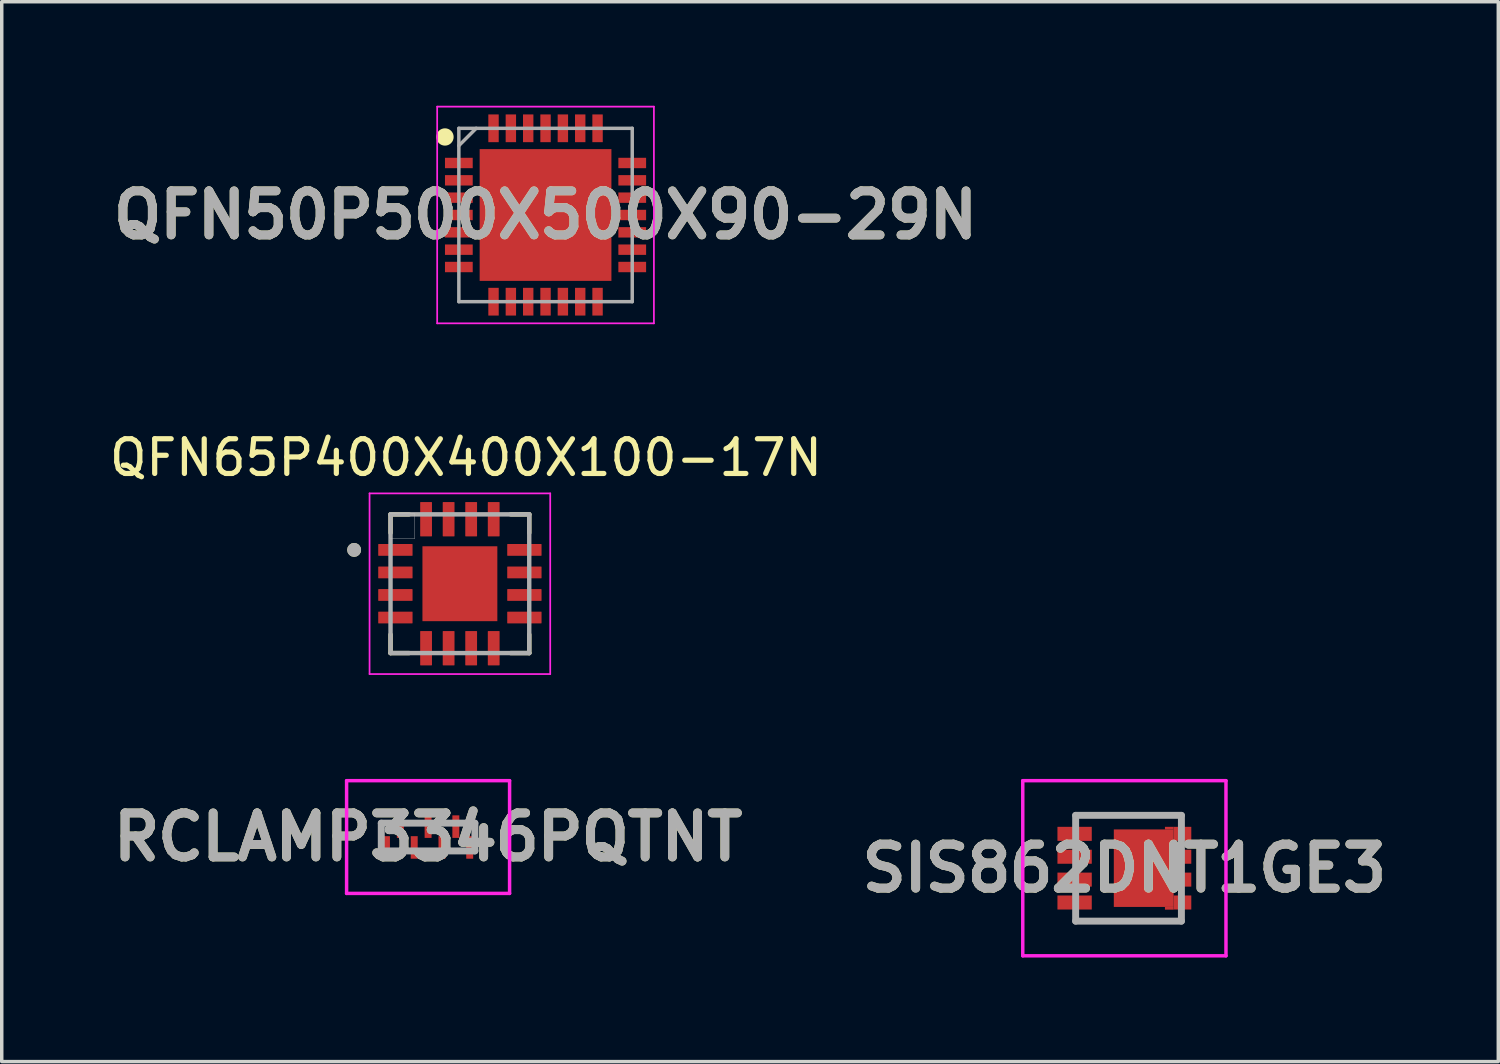
<source format=kicad_pcb>
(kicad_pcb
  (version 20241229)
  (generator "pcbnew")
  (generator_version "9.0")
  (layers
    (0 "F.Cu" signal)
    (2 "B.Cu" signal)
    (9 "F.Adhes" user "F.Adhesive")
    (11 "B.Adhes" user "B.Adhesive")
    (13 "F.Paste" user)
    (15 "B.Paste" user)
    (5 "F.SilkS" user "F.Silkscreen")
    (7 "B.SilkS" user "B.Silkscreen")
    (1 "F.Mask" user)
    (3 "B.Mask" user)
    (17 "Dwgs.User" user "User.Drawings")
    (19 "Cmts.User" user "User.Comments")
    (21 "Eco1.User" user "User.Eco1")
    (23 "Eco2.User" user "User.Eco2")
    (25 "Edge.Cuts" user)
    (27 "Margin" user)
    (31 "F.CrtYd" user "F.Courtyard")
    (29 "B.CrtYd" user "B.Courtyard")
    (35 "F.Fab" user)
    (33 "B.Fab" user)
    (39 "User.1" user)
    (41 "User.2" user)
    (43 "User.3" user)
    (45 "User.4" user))
  (footprint "RCLAMP3346PQTNT"
    (layer "F.Cu")
    (at 9.295 21.088)
    (property "Reference" "RCLAMP3346PQTNT" (at 0 0 0) (layer "F.SilkS") (effects (font (size 1.27 1.27) (thickness 0.254))))
    (attr smd)
    (fp_line (start -1.35 -0.4) (end -1.2 -0.4) (stroke (width 0.1) (type solid)) (layer "F.SilkS"))
    (fp_line (start -1.35 -0.3) (end -1.35 -0.4) (stroke (width 0.1) (type solid)) (layer "F.SilkS"))
    (fp_line (start 1.35 -0.4) (end 1.2 -0.4) (stroke (width 0.1) (type solid)) (layer "F.SilkS"))
    (fp_line (start 1.35 -0.3) (end 1.35 -0.4) (stroke (width 0.1) (type solid)) (layer "F.SilkS"))
    (fp_line (start -2.35 -1.625) (end 2.35 -1.625) (stroke (width 0.1) (type solid)) (layer "F.CrtYd"))
    (fp_line (start -2.35 1.625) (end -2.35 -1.625) (stroke (width 0.1) (type solid)) (layer "F.CrtYd"))
    (fp_line (start 2.35 -1.625) (end 2.35 1.625) (stroke (width 0.1) (type solid)) (layer "F.CrtYd"))
    (fp_line (start 2.35 1.625) (end -2.35 1.625) (stroke (width 0.1) (type solid)) (layer "F.CrtYd"))
    (fp_line (start -1.35 -0.4) (end 1.35 -0.4) (stroke (width 0.2) (type solid)) (layer "F.Fab"))
    (fp_line (start -1.35 0.4) (end -1.35 -0.4) (stroke (width 0.2) (type solid)) (layer "F.Fab"))
    (fp_line (start 1.35 -0.4) (end 1.35 0.4) (stroke (width 0.2) (type solid)) (layer "F.Fab"))
    (fp_line (start 1.35 0.4) (end -1.35 0.4) (stroke (width 0.2) (type solid)) (layer "F.Fab"))
    (fp_text user "${REFERENCE}" (at 0 0 0) (layer "F.Fab") (effects (font (size 1.27 1.27) (thickness 0.254))))
    (pad "1" smd rect (at -1.2 0.3) (size 0.2 0.65) (layers "F.Cu" "F.Mask" "F.Paste"))
    (pad "2" smd rect (at -0.4 0.3) (size 0.2 0.65) (layers "F.Cu" "F.Mask" "F.Paste"))
    (pad "3" smd rect (at 0.4 0.3) (size 0.2 0.65) (layers "F.Cu" "F.Mask" "F.Paste"))
    (pad "4" smd rect (at 1.2 0.3) (size 0.2 0.65) (layers "F.Cu" "F.Mask" "F.Paste"))
    (pad "5" smd rect (at -0.8 -0.3) (size 0.2 0.65) (layers "F.Cu" "F.Mask" "F.Paste"))
    (pad "6" smd rect (at 0 -0.3) (size 0.2 0.65) (layers "F.Cu" "F.Mask" "F.Paste"))
    (pad "7" smd rect (at 0.8 -0.3) (size 0.2 0.65) (layers "F.Cu" "F.Mask" "F.Paste")))
  (footprint "QFN65P400X400X100-17N"
    (layer "F.Cu")
    (at 10.212 13.783)
    (property "Reference" "QFN65P400X400X100-17N" (at 0.175 -3.635 0) (layer "F.SilkS") (effects (font (size 1 1) (thickness 0.15))))
    (attr through_hole)
    (fp_line (start -2 -2) (end -2 -1.465) (stroke (width 0.127) (type solid)) (layer "F.SilkS"))
    (fp_line (start -2 -2) (end -1.465 -2) (stroke (width 0.127) (type solid)) (layer "F.SilkS"))
    (fp_line (start -2 2) (end -2 1.465) (stroke (width 0.127) (type solid)) (layer "F.SilkS"))
    (fp_line (start -2 2) (end -1.465 2) (stroke (width 0.127) (type solid)) (layer "F.SilkS"))
    (fp_line (start 2 -2) (end 1.465 -2) (stroke (width 0.127) (type solid)) (layer "F.SilkS"))
    (fp_line (start 2 -2) (end 2 -1.465) (stroke (width 0.127) (type solid)) (layer "F.SilkS"))
    (fp_line (start 2 2) (end 1.465 2) (stroke (width 0.127) (type solid)) (layer "F.SilkS"))
    (fp_line (start 2 2) (end 2 1.465) (stroke (width 0.127) (type solid)) (layer "F.SilkS"))
    (fp_circle (center -3.05 -0.975) (end -2.95 -0.975) (stroke (width 0.2) (type solid)) (fill no) (layer "F.SilkS"))
    (fp_poly (pts (xy -0.68 -0.68) (xy 0.68 -0.68) (xy 0.68 0.68) (xy -0.68 0.68)) (stroke (width 0.01) (type solid)) (fill yes) (layer "F.Paste"))
    (fp_poly (pts (xy -2.02 -2.02) (xy -1.3 -2.02) (xy -1.3 -1.3) (xy -2.02 -1.3)) (stroke (width 0.01) (type solid)) (fill no) (layer "Dwgs.User"))
    (fp_line (start -2.605 -2.605) (end 2.605 -2.605) (stroke (width 0.05) (type solid)) (layer "F.CrtYd"))
    (fp_line (start -2.605 2.605) (end -2.605 -2.605) (stroke (width 0.05) (type solid)) (layer "F.CrtYd"))
    (fp_line (start -2.605 2.605) (end 2.605 2.605) (stroke (width 0.05) (type solid)) (layer "F.CrtYd"))
    (fp_line (start 2.605 2.605) (end 2.605 -2.605) (stroke (width 0.05) (type solid)) (layer "F.CrtYd"))
    (fp_line (start -2 2) (end -2 -2) (stroke (width 0.127) (type solid)) (layer "F.Fab"))
    (fp_line (start 2 -2) (end -2 -2) (stroke (width 0.127) (type solid)) (layer "F.Fab"))
    (fp_line (start 2 2) (end -2 2) (stroke (width 0.127) (type solid)) (layer "F.Fab"))
    (fp_line (start 2 2) (end 2 -2) (stroke (width 0.127) (type solid)) (layer "F.Fab"))
    (fp_circle (center -3.05 -0.975) (end -2.95 -0.975) (stroke (width 0.2) (type solid)) (fill no) (layer "F.Fab"))
    (pad "1" smd roundrect (at -1.86 -0.975) (size 0.99 0.34) (layers "F.Cu" "F.Mask" "F.Paste") (roundrect_rratio 0.04))
    (pad "2" smd roundrect (at -1.86 -0.325) (size 0.99 0.34) (layers "F.Cu" "F.Mask" "F.Paste") (roundrect_rratio 0.04))
    (pad "3" smd roundrect (at -1.86 0.325) (size 0.99 0.34) (layers "F.Cu" "F.Mask" "F.Paste") (roundrect_rratio 0.04))
    (pad "4" smd roundrect (at -1.86 0.975) (size 0.99 0.34) (layers "F.Cu" "F.Mask" "F.Paste") (roundrect_rratio 0.04))
    (pad "5" smd roundrect (at -0.975 1.86 90) (size 0.99 0.34) (layers "F.Cu" "F.Mask" "F.Paste") (roundrect_rratio 0.04))
    (pad "6" smd roundrect (at -0.325 1.86 90) (size 0.99 0.34) (layers "F.Cu" "F.Mask" "F.Paste") (roundrect_rratio 0.04))
    (pad "7" smd roundrect (at 0.325 1.86 90) (size 0.99 0.34) (layers "F.Cu" "F.Mask" "F.Paste") (roundrect_rratio 0.04))
    (pad "8" smd roundrect (at 0.975 1.86 90) (size 0.99 0.34) (layers "F.Cu" "F.Mask" "F.Paste") (roundrect_rratio 0.04))
    (pad "9" smd roundrect (at 1.86 0.975) (size 0.99 0.34) (layers "F.Cu" "F.Mask" "F.Paste") (roundrect_rratio 0.04))
    (pad "10" smd roundrect (at 1.86 0.325) (size 0.99 0.34) (layers "F.Cu" "F.Mask" "F.Paste") (roundrect_rratio 0.04))
    (pad "11" smd roundrect (at 1.86 -0.325) (size 0.99 0.34) (layers "F.Cu" "F.Mask" "F.Paste") (roundrect_rratio 0.04))
    (pad "12" smd roundrect (at 1.86 -0.975) (size 0.99 0.34) (layers "F.Cu" "F.Mask" "F.Paste") (roundrect_rratio 0.04))
    (pad "13" smd roundrect (at 0.975 -1.86 90) (size 0.99 0.34) (layers "F.Cu" "F.Mask" "F.Paste") (roundrect_rratio 0.04))
    (pad "14" smd roundrect (at 0.325 -1.86 90) (size 0.99 0.34) (layers "F.Cu" "F.Mask" "F.Paste") (roundrect_rratio 0.04))
    (pad "15" smd roundrect (at -0.325 -1.86 90) (size 0.99 0.34) (layers "F.Cu" "F.Mask" "F.Paste") (roundrect_rratio 0.04))
    (pad "16" smd roundrect (at -0.975 -1.86 90) (size 0.99 0.34) (layers "F.Cu" "F.Mask" "F.Paste") (roundrect_rratio 0.04))
    (pad "17" smd rect (at 0 0) (size 2.16 2.16) (layers "F.Cu" "F.Mask")))
  (footprint "QFN50P500X500X90-29N"
    (layer "F.Cu")
    (at 12.682 3.15)
    (property "Reference" "QFN50P500X500X90-29N" (at 0 0 0) (layer "F.SilkS") (effects (font (size 1.27 1.27) (thickness 0.254))))
    (attr smd)
    (fp_circle (center -2.9 -2.25) (end -2.9 -2.125) (stroke (width 0.25) (type solid)) (fill no) (layer "F.SilkS"))
    (fp_line (start -3.125 -3.125) (end 3.125 -3.125) (stroke (width 0.05) (type solid)) (layer "F.CrtYd"))
    (fp_line (start -3.125 3.125) (end -3.125 -3.125) (stroke (width 0.05) (type solid)) (layer "F.CrtYd"))
    (fp_line (start 3.125 -3.125) (end 3.125 3.125) (stroke (width 0.05) (type solid)) (layer "F.CrtYd"))
    (fp_line (start 3.125 3.125) (end -3.125 3.125) (stroke (width 0.05) (type solid)) (layer "F.CrtYd"))
    (fp_line (start -2.5 -2.5) (end 2.5 -2.5) (stroke (width 0.1) (type solid)) (layer "F.Fab"))
    (fp_line (start -2.5 -2) (end -2 -2.5) (stroke (width 0.1) (type solid)) (layer "F.Fab"))
    (fp_line (start -2.5 2.5) (end -2.5 -2.5) (stroke (width 0.1) (type solid)) (layer "F.Fab"))
    (fp_line (start 2.5 -2.5) (end 2.5 2.5) (stroke (width 0.1) (type solid)) (layer "F.Fab"))
    (fp_line (start 2.5 2.5) (end -2.5 2.5) (stroke (width 0.1) (type solid)) (layer "F.Fab"))
    (fp_text user "${REFERENCE}" (at 0 0 0) (layer "F.Fab") (effects (font (size 1.27 1.27) (thickness 0.254))))
    (pad "1" smd rect (at -2.5 -1.5 90) (size 0.3 0.8) (layers "F.Cu" "F.Mask" "F.Paste"))
    (pad "2" smd rect (at -2.5 -1 90) (size 0.3 0.8) (layers "F.Cu" "F.Mask" "F.Paste"))
    (pad "3" smd rect (at -2.5 -0.5 90) (size 0.3 0.8) (layers "F.Cu" "F.Mask" "F.Paste"))
    (pad "4" smd rect (at -2.5 0 90) (size 0.3 0.8) (layers "F.Cu" "F.Mask" "F.Paste"))
    (pad "5" smd rect (at -2.5 0.5 90) (size 0.3 0.8) (layers "F.Cu" "F.Mask" "F.Paste"))
    (pad "6" smd rect (at -2.5 1 90) (size 0.3 0.8) (layers "F.Cu" "F.Mask" "F.Paste"))
    (pad "7" smd rect (at -2.5 1.5 90) (size 0.3 0.8) (layers "F.Cu" "F.Mask" "F.Paste"))
    (pad "8" smd rect (at -1.5 2.5) (size 0.3 0.8) (layers "F.Cu" "F.Mask" "F.Paste"))
    (pad "9" smd rect (at -1 2.5) (size 0.3 0.8) (layers "F.Cu" "F.Mask" "F.Paste"))
    (pad "10" smd rect (at -0.5 2.5) (size 0.3 0.8) (layers "F.Cu" "F.Mask" "F.Paste"))
    (pad "11" smd rect (at 0 2.5) (size 0.3 0.8) (layers "F.Cu" "F.Mask" "F.Paste"))
    (pad "12" smd rect (at 0.5 2.5) (size 0.3 0.8) (layers "F.Cu" "F.Mask" "F.Paste"))
    (pad "13" smd rect (at 1 2.5) (size 0.3 0.8) (layers "F.Cu" "F.Mask" "F.Paste"))
    (pad "14" smd rect (at 1.5 2.5) (size 0.3 0.8) (layers "F.Cu" "F.Mask" "F.Paste"))
    (pad "15" smd rect (at 2.5 1.5 90) (size 0.3 0.8) (layers "F.Cu" "F.Mask" "F.Paste"))
    (pad "16" smd rect (at 2.5 1 90) (size 0.3 0.8) (layers "F.Cu" "F.Mask" "F.Paste"))
    (pad "17" smd rect (at 2.5 0.5 90) (size 0.3 0.8) (layers "F.Cu" "F.Mask" "F.Paste"))
    (pad "18" smd rect (at 2.5 0 90) (size 0.3 0.8) (layers "F.Cu" "F.Mask" "F.Paste"))
    (pad "19" smd rect (at 2.5 -0.5 90) (size 0.3 0.8) (layers "F.Cu" "F.Mask" "F.Paste"))
    (pad "20" smd rect (at 2.5 -1 90) (size 0.3 0.8) (layers "F.Cu" "F.Mask" "F.Paste"))
    (pad "21" smd rect (at 2.5 -1.5 90) (size 0.3 0.8) (layers "F.Cu" "F.Mask" "F.Paste"))
    (pad "22" smd rect (at 1.5 -2.5) (size 0.3 0.8) (layers "F.Cu" "F.Mask" "F.Paste"))
    (pad "23" smd rect (at 1 -2.5) (size 0.3 0.8) (layers "F.Cu" "F.Mask" "F.Paste"))
    (pad "24" smd rect (at 0.5 -2.5) (size 0.3 0.8) (layers "F.Cu" "F.Mask" "F.Paste"))
    (pad "25" smd rect (at 0 -2.5) (size 0.3 0.8) (layers "F.Cu" "F.Mask" "F.Paste"))
    (pad "26" smd rect (at -0.5 -2.5) (size 0.3 0.8) (layers "F.Cu" "F.Mask" "F.Paste"))
    (pad "27" smd rect (at -1 -2.5) (size 0.3 0.8) (layers "F.Cu" "F.Mask" "F.Paste"))
    (pad "28" smd rect (at -1.5 -2.5) (size 0.3 0.8) (layers "F.Cu" "F.Mask" "F.Paste"))
    (pad "29" smd rect (at 0 0) (size 3.8 3.8) (layers "F.Cu" "F.Mask" "F.Paste")))
  (footprint "SIS862DNT1GE3"
    (layer "F.Cu")
    (at 29.494 21.988)
    (property "Reference" "SIS862DNT1GE3" (at -0.12 0 0) (layer "F.SilkS") (effects (font (size 1.27 1.27) (thickness 0.254))))
    (attr smd)
    (fp_line (start -1.525 -1.525) (end 1.555 -1.525) (stroke (width 0.1) (type solid)) (layer "F.SilkS"))
    (fp_line (start -1.5 1.525) (end 1.525 1.525) (stroke (width 0.1) (type solid)) (layer "F.SilkS"))
    (fp_line (start -3.05 -2.525) (end 2.81 -2.525) (stroke (width 0.1) (type solid)) (layer "F.CrtYd"))
    (fp_line (start -3.05 2.525) (end -3.05 -2.525) (stroke (width 0.1) (type solid)) (layer "F.CrtYd"))
    (fp_line (start 2.81 -2.525) (end 2.81 2.525) (stroke (width 0.1) (type solid)) (layer "F.CrtYd"))
    (fp_line (start 2.81 2.525) (end -3.05 2.525) (stroke (width 0.1) (type solid)) (layer "F.CrtYd"))
    (fp_line (start -1.525 -1.525) (end 1.525 -1.525) (stroke (width 0.2) (type solid)) (layer "F.Fab"))
    (fp_line (start -1.525 1.525) (end -1.525 -1.525) (stroke (width 0.2) (type solid)) (layer "F.Fab"))
    (fp_line (start 1.525 -1.525) (end 1.525 1.525) (stroke (width 0.2) (type solid)) (layer "F.Fab"))
    (fp_line (start 1.525 1.525) (end -1.525 1.525) (stroke (width 0.2) (type solid)) (layer "F.Fab"))
    (fp_text user "${REFERENCE}" (at -0.12 0 0) (layer "F.Fab") (effects (font (size 1.27 1.27) (thickness 0.254))))
    (pad "1" smd rect (at -1.555 -0.992 90) (size 0.405 0.99) (layers "F.Cu" "F.Mask" "F.Paste"))
    (pad "2" smd rect (at -1.555 -0.332 90) (size 0.405 0.99) (layers "F.Cu" "F.Mask" "F.Paste"))
    (pad "3" smd rect (at -1.555 0.328 90) (size 0.405 0.99) (layers "F.Cu" "F.Mask" "F.Paste"))
    (pad "4" smd rect (at -1.555 0.988 90) (size 0.405 0.99) (layers "F.Cu" "F.Mask" "F.Paste"))
    (pad "5" smd rect (at 1.555 0.988 90) (size 0.405 0.51) (layers "F.Cu" "F.Mask" "F.Paste"))
    (pad "6" smd rect (at 1.555 0.328 90) (size 0.405 0.51) (layers "F.Cu" "F.Mask" "F.Paste"))
    (pad "7" smd rect (at 1.555 -0.332 90) (size 0.405 0.51) (layers "F.Cu" "F.Mask" "F.Paste"))
    (pad "8" smd rect (at 1.555 -0.992 90) (size 0.405 0.51) (layers "F.Cu" "F.Mask" "F.Paste"))
    (pad "9" smd rect (at 0.438 -0.002) (size 1.725 2.235) (layers "F.Cu" "F.Mask" "F.Paste"))
    (pad "10" smd rect (at 1.175 1.156 90) (size 0.077 0.25) (layers "F.Cu" "F.Mask" "F.Paste"))
    (pad "11" smd rect (at 1.175 -1.156 90) (size 0.077 0.25) (layers "F.Cu" "F.Mask" "F.Paste")))
  (gr_rect
    (start -3 -3)
    (end 40.157 27.563)
    (stroke (width 0.1) (type default))
    (fill no)
    (layer "Edge.Cuts")))
</source>
